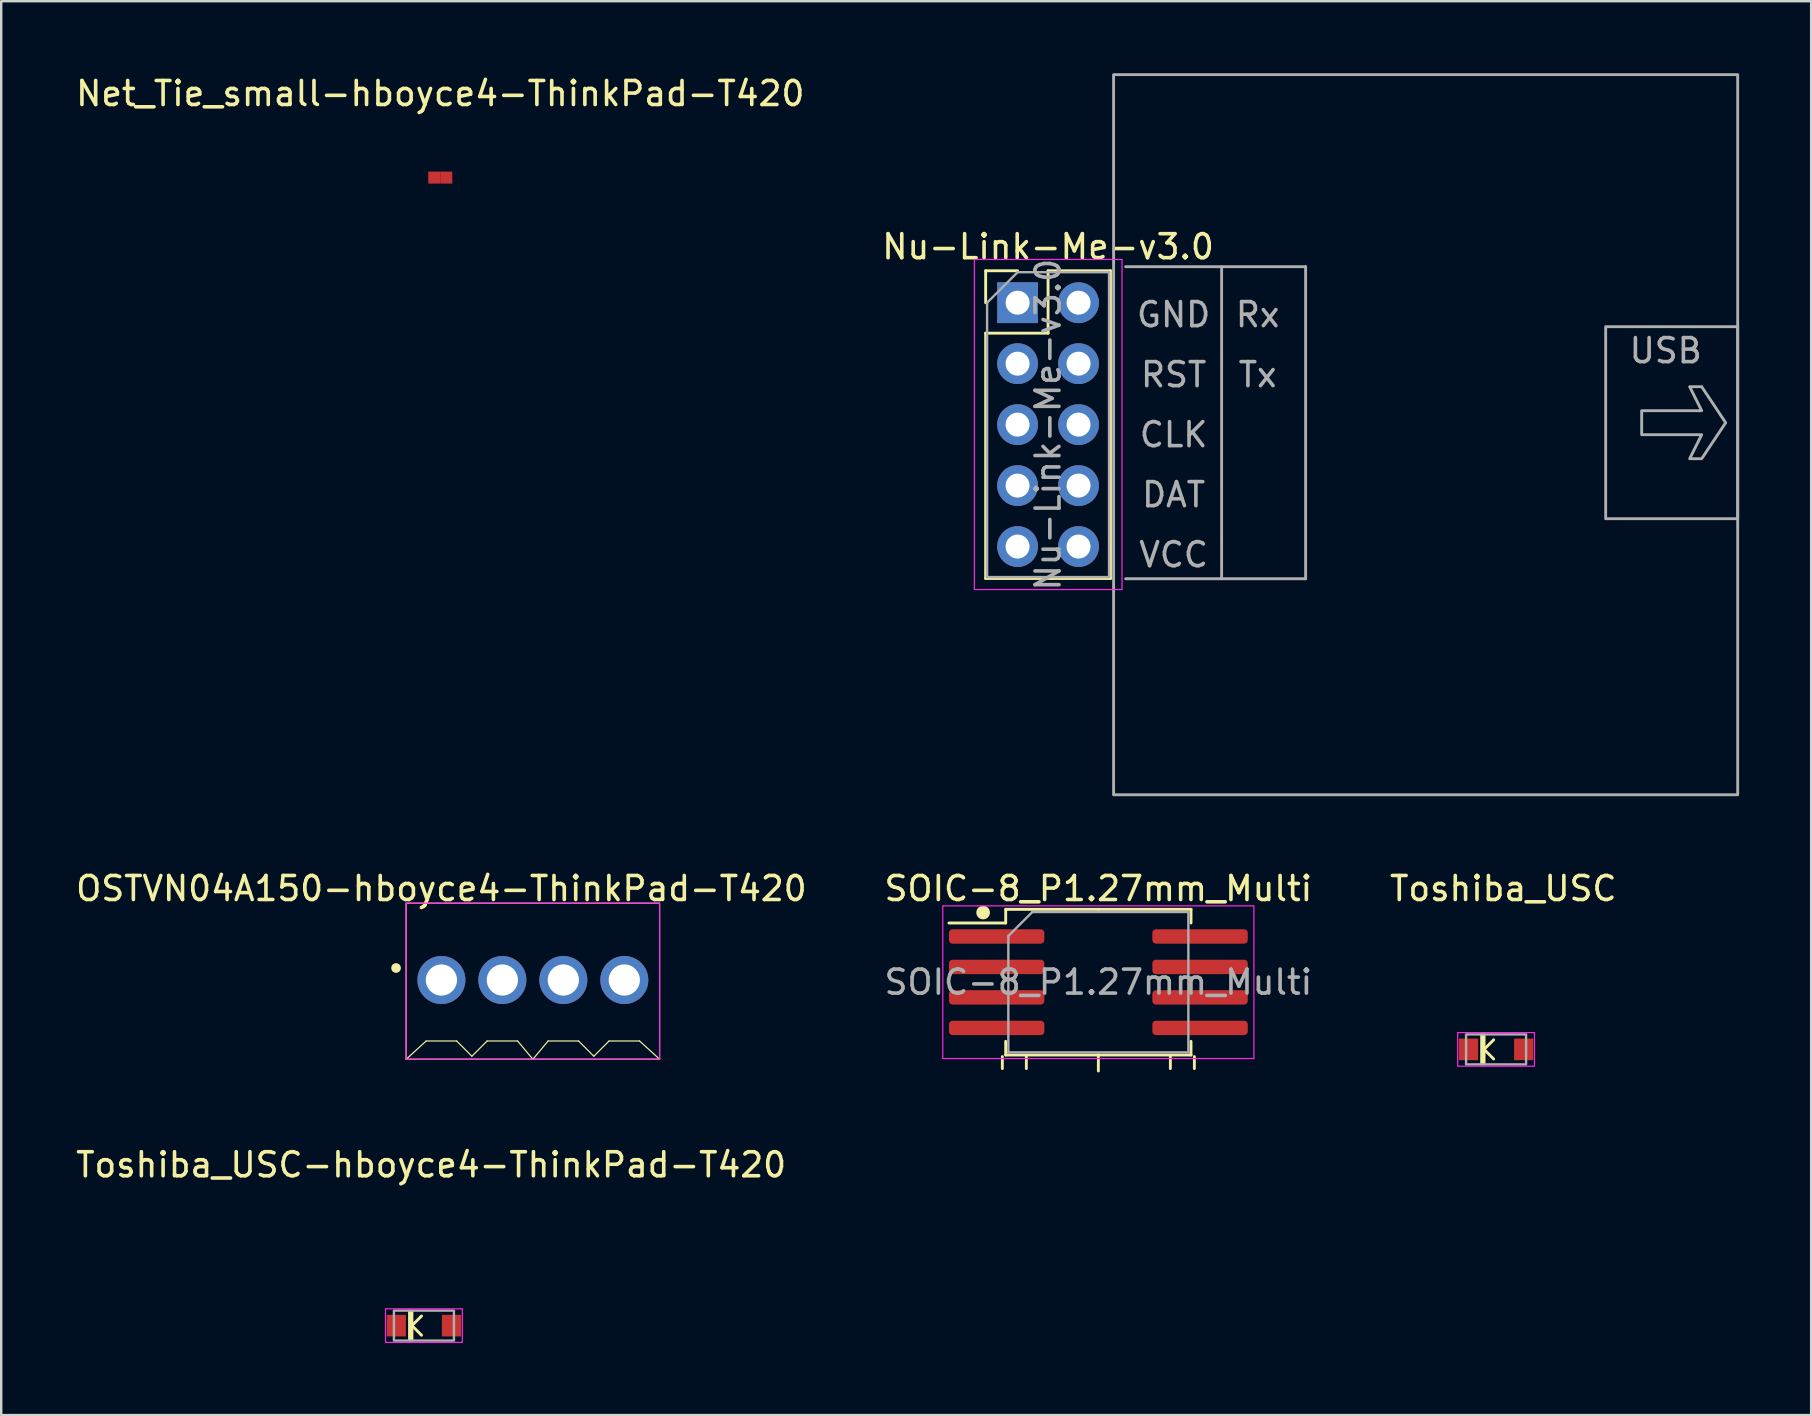
<source format=kicad_pcb>
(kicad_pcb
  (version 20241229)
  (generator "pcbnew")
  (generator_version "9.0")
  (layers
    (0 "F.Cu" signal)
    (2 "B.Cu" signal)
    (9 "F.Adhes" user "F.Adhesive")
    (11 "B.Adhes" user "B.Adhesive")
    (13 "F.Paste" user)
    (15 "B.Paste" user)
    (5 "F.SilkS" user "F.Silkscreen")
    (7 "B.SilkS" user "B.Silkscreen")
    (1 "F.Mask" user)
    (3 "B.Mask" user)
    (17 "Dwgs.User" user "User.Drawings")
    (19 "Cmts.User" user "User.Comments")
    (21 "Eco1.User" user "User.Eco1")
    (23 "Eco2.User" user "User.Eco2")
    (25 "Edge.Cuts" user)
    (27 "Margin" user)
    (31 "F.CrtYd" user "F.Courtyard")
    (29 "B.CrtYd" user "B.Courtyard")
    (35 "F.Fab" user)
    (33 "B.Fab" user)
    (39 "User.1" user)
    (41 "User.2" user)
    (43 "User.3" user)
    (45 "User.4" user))
  (footprint "Nu-Link-Me-v3.0"
    (layer "F.Cu")
    (at 39.343 9.56)
    (property "Reference" "Nu-Link-Me-v3.0" (at 1.27 -2.33 0) (layer "F.SilkS") (effects (font (size 1 1) (thickness 0.15))))
    (attr through_hole)
    (fp_line (start -1.33 -1.33) (end 0 -1.33) (stroke (width 0.12) (type solid)) (layer "F.SilkS"))
    (fp_line (start -1.33 0) (end -1.33 -1.33) (stroke (width 0.12) (type solid)) (layer "F.SilkS"))
    (fp_line (start -1.33 1.27) (end -1.33 11.49) (stroke (width 0.12) (type solid)) (layer "F.SilkS"))
    (fp_line (start -1.33 1.27) (end 1.27 1.27) (stroke (width 0.12) (type solid)) (layer "F.SilkS"))
    (fp_line (start -1.33 11.49) (end 3.87 11.49) (stroke (width 0.12) (type solid)) (layer "F.SilkS"))
    (fp_line (start 1.27 -1.33) (end 3.87 -1.33) (stroke (width 0.12) (type solid)) (layer "F.SilkS"))
    (fp_line (start 1.27 1.27) (end 1.27 -1.33) (stroke (width 0.12) (type solid)) (layer "F.SilkS"))
    (fp_line (start 3.87 -1.33) (end 3.87 11.49) (stroke (width 0.12) (type solid)) (layer "F.SilkS"))
    (fp_line (start -1.8 -1.8) (end -1.8 11.95) (stroke (width 0.05) (type solid)) (layer "F.CrtYd"))
    (fp_line (start -1.8 11.95) (end 4.35 11.95) (stroke (width 0.05) (type solid)) (layer "F.CrtYd"))
    (fp_line (start 4.35 -1.8) (end -1.8 -1.8) (stroke (width 0.05) (type solid)) (layer "F.CrtYd"))
    (fp_line (start 4.35 11.95) (end 4.35 -1.8) (stroke (width 0.05) (type solid)) (layer "F.CrtYd"))
    (fp_line (start -1.27 0) (end 0 -1.27) (stroke (width 0.1) (type solid)) (layer "F.Fab"))
    (fp_line (start -1.27 11.43) (end -1.27 0) (stroke (width 0.1) (type solid)) (layer "F.Fab"))
    (fp_line (start 0 -1.27) (end 3.81 -1.27) (stroke (width 0.1) (type solid)) (layer "F.Fab"))
    (fp_line (start 3.81 -1.27) (end 3.81 11.43) (stroke (width 0.1) (type solid)) (layer "F.Fab"))
    (fp_line (start 3.81 11.43) (end -1.27 11.43) (stroke (width 0.1) (type solid)) (layer "F.Fab"))
    (fp_line (start 4.5 -1.5) (end 12 -1.5) (stroke (width 0.12) (type solid)) (layer "F.Fab"))
    (fp_line (start 4.5 11.5) (end 12 11.5) (stroke (width 0.12) (type solid)) (layer "F.Fab"))
    (fp_line (start 8.5 -1.5) (end 8.5 11.5) (stroke (width 0.12) (type solid)) (layer "F.Fab"))
    (fp_line (start 12 -1.5) (end 12 11.5) (stroke (width 0.12) (type solid)) (layer "F.Fab"))
    (fp_rect (start 4 -9.5) (end 30 20.5) (stroke (width 0.12) (type solid)) (fill no) (layer "F.Fab"))
    (fp_rect (start 24.5 1) (end 30 9) (stroke (width 0.12) (type solid)) (fill no) (layer "F.Fab"))
    (fp_poly (pts (xy 29.5 5) (xy 28.5 6.5) (xy 28 6.5) (xy 28.5 5.5) (xy 26 5.5) (xy 26 4.5) (xy 28.5 4.5) (xy 28 3.5) (xy 28.5 3.5)) (stroke (width 0.12) (type solid)) (fill no) (layer "F.Fab"))
    (fp_text user "${REFERENCE}" (at 1.27 5.08 90) (layer "F.Fab") (effects (font (size 1 1) (thickness 0.15))))
    (fp_text user "Tx" (at 10 3 0) (unlocked yes) (layer "F.Fab") (effects (font (size 1 1) (thickness 0.15))))
    (fp_text user "VCC" (at 6.5 10.5 0) (unlocked yes) (layer "F.Fab") (effects (font (size 1 1) (thickness 0.15))))
    (fp_text user "GND" (at 6.5 0.5 0) (unlocked yes) (layer "F.Fab") (effects (font (size 1 1) (thickness 0.15))))
    (fp_text user "USB" (at 27 2 0) (unlocked yes) (layer "F.Fab") (effects (font (size 1 1) (thickness 0.15))))
    (fp_text user "RST" (at 6.5 3 0) (unlocked yes) (layer "F.Fab") (effects (font (size 1 1) (thickness 0.15))))
    (fp_text user "DAT" (at 6.5 8 0) (unlocked yes) (layer "F.Fab") (effects (font (size 1 1) (thickness 0.15))))
    (fp_text user "Rx" (at 10 0.5 0) (unlocked yes) (layer "F.Fab") (effects (font (size 1 1) (thickness 0.15))))
    (fp_text user "CLK" (at 6.5 5.5 0) (unlocked yes) (layer "F.Fab") (effects (font (size 1 1) (thickness 0.15))))
    (pad "1" thru_hole rect (at 0 0) (size 1.7 1.7) (drill 1) (layers "*.Cu" "*.Mask"))
    (pad "2" thru_hole oval (at 2.54 0) (size 1.7 1.7) (drill 1) (layers "*.Cu" "*.Mask"))
    (pad "3" thru_hole oval (at 0 2.54) (size 1.7 1.7) (drill 1) (layers "*.Cu" "*.Mask"))
    (pad "4" thru_hole oval (at 2.54 2.54) (size 1.7 1.7) (drill 1) (layers "*.Cu" "*.Mask"))
    (pad "5" thru_hole oval (at 0 5.08) (size 1.7 1.7) (drill 1) (layers "*.Cu" "*.Mask"))
    (pad "6" thru_hole oval (at 2.54 5.08) (size 1.7 1.7) (drill 1) (layers "*.Cu" "*.Mask"))
    (pad "7" thru_hole oval (at 0 7.62) (size 1.7 1.7) (drill 1) (layers "*.Cu" "*.Mask"))
    (pad "8" thru_hole oval (at 2.54 7.62) (size 1.7 1.7) (drill 1) (layers "*.Cu" "*.Mask"))
    (pad "9" thru_hole oval (at 0 10.16) (size 1.7 1.7) (drill 1) (layers "*.Cu" "*.Mask"))
    (pad "10" thru_hole oval (at 2.54 10.16) (size 1.7 1.7) (drill 1) (layers "*.Cu" "*.Mask")))
  (footprint "Toshiba_USC"
    (layer "F.Cu")
    (at 59.277 40.668)
    (property "Reference" "Toshiba_USC" (at 0.3 -6.7 0) (unlocked yes) (layer "F.SilkS") (effects (font (size 1 1) (thickness 0.15))))
    (attr smd)
    (fp_line (start -0.5 0) (end -0.1 -0.4) (stroke (width 0.12) (type solid)) (layer "F.SilkS"))
    (fp_line (start -0.5 0) (end -0.1 0.4) (stroke (width 0.12) (type solid)) (layer "F.SilkS"))
    (fp_rect (start -0.6 -0.6) (end -0.5 0.6) (stroke (width 0.12) (type solid)) (fill no) (layer "F.SilkS"))
    (fp_rect (start -1.6 -0.7) (end 1.6 0.7) (stroke (width 0.05) (type solid)) (fill no) (layer "F.CrtYd"))
    (fp_rect (start -1.25 -0.625) (end 1.25 0.625) (stroke (width 0.1) (type solid)) (fill no) (layer "F.Fab"))
    (pad "1" smd rect (at -1.15 0) (size 0.8 0.9) (layers "F.Cu" "F.Mask" "F.Paste"))
    (pad "2" smd rect (at 1.15 0) (size 0.8 0.9) (layers "F.Cu" "F.Mask" "F.Paste")))
  (footprint "Toshiba_USC-hboyce4-ThinkPad-T420"
    (layer "F.Cu")
    (at 14.611 52.176)
    (property "Reference" "Toshiba_USC-hboyce4-ThinkPad-T420" (at 0.3 -6.7 0) (unlocked yes) (layer "F.SilkS") (effects (font (size 1 1) (thickness 0.15))))
    (attr smd)
    (fp_line (start -0.5 0) (end -0.1 -0.4) (stroke (width 0.12) (type solid)) (layer "F.SilkS"))
    (fp_line (start -0.5 0) (end -0.1 0.4) (stroke (width 0.12) (type solid)) (layer "F.SilkS"))
    (fp_rect (start -0.6 -0.6) (end -0.5 0.6) (stroke (width 0.12) (type solid)) (fill no) (layer "F.SilkS"))
    (fp_rect (start -1.6 -0.7) (end 1.6 0.7) (stroke (width 0.05) (type solid)) (fill no) (layer "F.CrtYd"))
    (fp_rect (start -1.25 -0.625) (end 1.25 0.625) (stroke (width 0.1) (type solid)) (fill no) (layer "F.Fab"))
    (pad "1" smd rect (at -1.15 0) (size 0.8 0.9) (layers "F.Cu" "F.Mask" "F.Paste"))
    (pad "2" smd rect (at 1.15 0) (size 0.8 0.9) (layers "F.Cu" "F.Mask" "F.Paste")))
  (footprint "OSTVN04A150-hboyce4-ThinkPad-T420"
    (layer "F.Cu")
    (at 19.149 37.778)
    (property "Reference" "OSTVN04A150-hboyce4-ThinkPad-T420" (at -3.81 -3.81 0) (unlocked yes) (layer "F.SilkS") (effects (font (size 1 1) (thickness 0.15))))
    (attr through_hole)
    (fp_line (start -5.28 3.3) (end -4.445 2.54) (stroke (width 0.05) (type solid)) (layer "F.SilkS"))
    (fp_line (start -4.445 2.54) (end -3.175 2.54) (stroke (width 0.05) (type solid)) (layer "F.SilkS"))
    (fp_line (start -3.175 2.54) (end -2.54 3.175) (stroke (width 0.05) (type solid)) (layer "F.SilkS"))
    (fp_line (start -2.54 3.175) (end -1.905 2.54) (stroke (width 0.05) (type solid)) (layer "F.SilkS"))
    (fp_line (start -1.905 2.54) (end -0.635 2.54) (stroke (width 0.05) (type solid)) (layer "F.SilkS"))
    (fp_line (start -0.635 2.54) (end 0 3.3) (stroke (width 0.05) (type solid)) (layer "F.SilkS"))
    (fp_line (start 0 3.3) (end 0.635 2.54) (stroke (width 0.05) (type solid)) (layer "F.SilkS"))
    (fp_line (start 0.635 2.54) (end 1.905 2.54) (stroke (width 0.05) (type solid)) (layer "F.SilkS"))
    (fp_line (start 1.905 2.54) (end 2.54 3.175) (stroke (width 0.05) (type solid)) (layer "F.SilkS"))
    (fp_line (start 2.54 3.175) (end 3.175 2.54) (stroke (width 0.05) (type solid)) (layer "F.SilkS"))
    (fp_line (start 3.175 2.54) (end 4.445 2.54) (stroke (width 0.05) (type solid)) (layer "F.SilkS"))
    (fp_line (start 4.445 2.54) (end 5.28 3.3) (stroke (width 0.05) (type solid)) (layer "F.SilkS"))
    (fp_rect (start -5.28 -3.2) (end 5.28 3.3) (stroke (width 0.05) (type solid)) (fill no) (layer "F.SilkS"))
    (fp_circle (center -5.7 -0.5) (end -5.559 -0.5) (stroke (width 0.12) (type solid)) (fill yes) (layer "F.SilkS"))
    (fp_rect (start -5.28 -3.2) (end 5.28 3.3) (stroke (width 0.05) (type solid)) (fill no) (layer "F.CrtYd"))
    (pad "1" thru_hole circle (at -3.81 0) (size 2 2) (drill 1.3) (layers "*.Cu" "*.Mask"))
    (pad "2" thru_hole circle (at -1.27 0) (size 2 2) (drill 1.3) (layers "*.Cu" "*.Mask"))
    (pad "3" thru_hole circle (at 1.27 0) (size 2 2) (drill 1.3) (layers "*.Cu" "*.Mask"))
    (pad "4" thru_hole circle (at 3.81 0) (size 2 2) (drill 1.3) (layers "*.Cu" "*.Mask")))
  (footprint "SOIC-8_P1.27mm_Multi"
    (layer "F.Cu")
    (at 42.708 37.868)
    (property "Reference" "SOIC-8_P1.27mm_Multi" (at 0 -3.9 0) (layer "F.SilkS") (effects (font (size 1 1) (thickness 0.15))))
    (attr smd)
    (fp_line (start -4 3.6) (end -4 3.1) (stroke (width 0.12) (type solid)) (layer "F.SilkS"))
    (fp_line (start -3.86 -3.035) (end -3.86 -2.465) (stroke (width 0.12) (type solid)) (layer "F.SilkS"))
    (fp_line (start -3.86 -2.465) (end -6.225 -2.465) (stroke (width 0.12) (type solid)) (layer "F.SilkS"))
    (fp_line (start -3.86 3.035) (end -3.86 2.465) (stroke (width 0.12) (type solid)) (layer "F.SilkS"))
    (fp_line (start -3 3.6) (end -3 3.1) (stroke (width 0.12) (type solid)) (layer "F.SilkS"))
    (fp_line (start 0 -3.035) (end -3.86 -3.035) (stroke (width 0.12) (type solid)) (layer "F.SilkS"))
    (fp_line (start 0 -3.035) (end 3.86 -3.035) (stroke (width 0.12) (type solid)) (layer "F.SilkS"))
    (fp_line (start 0 3.035) (end -3.86 3.035) (stroke (width 0.12) (type solid)) (layer "F.SilkS"))
    (fp_line (start 0 3.035) (end 0 3.7) (stroke (width 0.12) (type solid)) (layer "F.SilkS"))
    (fp_line (start 0 3.035) (end 3.86 3.035) (stroke (width 0.12) (type solid)) (layer "F.SilkS"))
    (fp_line (start 3 3.6) (end 3 3.1) (stroke (width 0.12) (type solid)) (layer "F.SilkS"))
    (fp_line (start 3.86 -3.035) (end 3.86 -2.465) (stroke (width 0.12) (type solid)) (layer "F.SilkS"))
    (fp_line (start 3.86 3.035) (end 3.86 2.465) (stroke (width 0.12) (type solid)) (layer "F.SilkS"))
    (fp_line (start 4 3.6) (end 4 3.1) (stroke (width 0.12) (type solid)) (layer "F.SilkS"))
    (fp_circle (center -4.8 -2.9) (end -4.576 -2.9) (stroke (width 0.12) (type solid)) (fill yes) (layer "F.SilkS"))
    (fp_line (start -6.48 -3.18) (end -6.48 3.18) (stroke (width 0.05) (type solid)) (layer "F.CrtYd"))
    (fp_line (start -6.48 3.18) (end 6.48 3.18) (stroke (width 0.05) (type solid)) (layer "F.CrtYd"))
    (fp_line (start 6.48 -3.18) (end -6.48 -3.18) (stroke (width 0.05) (type solid)) (layer "F.CrtYd"))
    (fp_line (start 6.48 3.18) (end 6.48 -3.18) (stroke (width 0.05) (type solid)) (layer "F.CrtYd"))
    (fp_line (start -3.75 -1.925) (end -2.75 -2.925) (stroke (width 0.1) (type solid)) (layer "F.Fab"))
    (fp_line (start -3.75 2.925) (end -3.75 -1.925) (stroke (width 0.1) (type solid)) (layer "F.Fab"))
    (fp_line (start -2.75 -2.925) (end 3.75 -2.925) (stroke (width 0.1) (type solid)) (layer "F.Fab"))
    (fp_line (start 3.75 -2.925) (end 3.75 2.925) (stroke (width 0.1) (type solid)) (layer "F.Fab"))
    (fp_line (start 3.75 2.925) (end -3.75 2.925) (stroke (width 0.1) (type solid)) (layer "F.Fab"))
    (fp_text user "${REFERENCE}" (at 0 0 0) (layer "F.Fab") (effects (font (size 1 1) (thickness 0.15))))
    (pad "1" smd roundrect (at -4.237 -1.905) (size 3.975 0.6) (layers "F.Cu" "F.Mask" "F.Paste") (roundrect_rratio 0.25))
    (pad "2" smd roundrect (at -4.237 -0.635) (size 3.975 0.6) (layers "F.Cu" "F.Mask" "F.Paste") (roundrect_rratio 0.25))
    (pad "3" smd roundrect (at -4.237 0.635) (size 3.975 0.6) (layers "F.Cu" "F.Mask" "F.Paste") (roundrect_rratio 0.25))
    (pad "4" smd roundrect (at -4.237 1.905) (size 3.975 0.6) (layers "F.Cu" "F.Mask" "F.Paste") (roundrect_rratio 0.25))
    (pad "5" smd roundrect (at 4.237 1.905) (size 3.975 0.6) (layers "F.Cu" "F.Mask" "F.Paste") (roundrect_rratio 0.25))
    (pad "6" smd roundrect (at 4.237 0.635) (size 3.975 0.6) (layers "F.Cu" "F.Mask" "F.Paste") (roundrect_rratio 0.25))
    (pad "7" smd roundrect (at 4.237 -0.635) (size 3.975 0.6) (layers "F.Cu" "F.Mask" "F.Paste") (roundrect_rratio 0.25))
    (pad "8" smd roundrect (at 4.237 -1.905) (size 3.975 0.6) (layers "F.Cu" "F.Mask" "F.Paste") (roundrect_rratio 0.25)))
  (footprint "Net_Tie_small-hboyce4-ThinkPad-T420"
    (layer "F.Cu")
    (at 15.292 1.348)
    (property "Reference" "Net_Tie_small-hboyce4-ThinkPad-T420" (at 0 -0.5 0) (unlocked yes) (layer "F.SilkS") (effects (font (size 1 1) (thickness 0.15))))
    (pad "1" smd rect (at -0.25 3) (size 0.5 0.5) (layers "F.Cu" "F.Mask" "F.Paste"))
    (pad "2" smd rect (at 0.25 3) (size 0.5 0.5) (layers "F.Cu" "F.Mask" "F.Paste")))
  (gr_rect
    (start -3 -3)
    (end 72.403 55.901)
    (stroke (width 0.1) (type default))
    (fill no)
    (layer "Edge.Cuts")))
</source>
